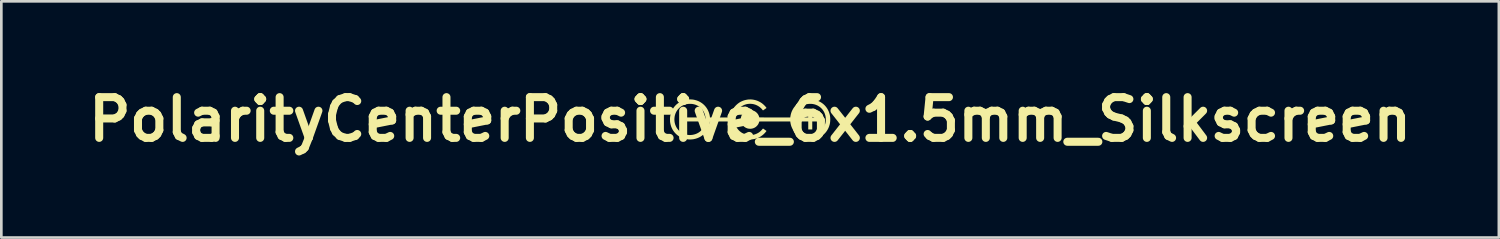
<source format=kicad_pcb>
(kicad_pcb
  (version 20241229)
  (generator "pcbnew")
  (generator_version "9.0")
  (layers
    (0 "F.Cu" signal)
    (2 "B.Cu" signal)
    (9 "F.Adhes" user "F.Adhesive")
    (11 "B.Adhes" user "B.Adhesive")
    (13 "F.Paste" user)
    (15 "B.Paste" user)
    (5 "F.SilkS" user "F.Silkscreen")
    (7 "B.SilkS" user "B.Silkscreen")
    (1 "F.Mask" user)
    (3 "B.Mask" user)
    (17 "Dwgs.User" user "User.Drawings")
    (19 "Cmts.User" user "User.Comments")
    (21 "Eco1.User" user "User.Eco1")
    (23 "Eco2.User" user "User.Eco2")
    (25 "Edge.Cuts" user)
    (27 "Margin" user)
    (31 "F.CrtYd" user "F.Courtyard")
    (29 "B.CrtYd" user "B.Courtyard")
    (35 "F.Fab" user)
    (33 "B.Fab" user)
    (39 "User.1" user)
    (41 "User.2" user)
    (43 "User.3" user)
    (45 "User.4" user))
  (footprint "PolarityCenterPositive_6x1.5mm_Silkscreen"
    (layer "F.Cu")
    (at 25.008 1.418)
    (property "Reference" "PolarityCenterPositive_6x1.5mm_Silkscreen" (at 0 0 0) (layer "F.SilkS") (effects (font (size 1.524 1.524) (thickness 0.3))))
    (attr board_only exclude_from_pos_files exclude_from_bom)
    (fp_poly (pts (xy -1.872 0.075) (xy -2.622 0.075) (xy -2.622 -0.075) (xy -1.872 -0.075)) (stroke (width 0) (type solid)) (fill yes) (layer "F.SilkS"))
    (fp_poly (pts (xy 2.325 -0.075) (xy 2.625 -0.075) (xy 2.625 0.075) (xy 2.325 0.075) (xy 2.325 0.375) (xy 2.175 0.375) (xy 2.175 0.075) (xy 1.875 0.075) (xy 1.875 -0.075) (xy 2.024 -0.076) (xy 2.174 -0.077) (xy 2.175 -0.226) (xy 2.175 -0.375) (xy 2.325 -0.375)) (stroke (width 0) (type solid)) (fill yes) (layer "F.SilkS"))
    (fp_poly (pts (xy 2.266 -0.748) (xy 2.294 -0.748) (xy 2.32 -0.747) (xy 2.343 -0.745) (xy 2.361 -0.743) (xy 2.363 -0.743) (xy 2.431 -0.729) (xy 2.497 -0.71) (xy 2.559 -0.686) (xy 2.619 -0.657) (xy 2.675 -0.623) (xy 2.727 -0.585) (xy 2.776 -0.542) (xy 2.82 -0.495) (xy 2.86 -0.444) (xy 2.896 -0.389) (xy 2.926 -0.331) (xy 2.952 -0.27) (xy 2.972 -0.205) (xy 2.98 -0.174) (xy 2.987 -0.141) (xy 2.992 -0.11) (xy 2.995 -0.08) (xy 2.997 -0.048) (xy 2.998 -0.012) (xy 2.998 0.002) (xy 2.997 0.046) (xy 2.994 0.087) (xy 2.989 0.126) (xy 2.982 0.165) (xy 2.974 0.198) (xy 2.954 0.263) (xy 2.929 0.325) (xy 2.898 0.384) (xy 2.863 0.439) (xy 2.823 0.491) (xy 2.778 0.539) (xy 2.729 0.582) (xy 2.676 0.622) (xy 2.62 0.656) (xy 2.559 0.686) (xy 2.502 0.708) (xy 2.475 0.717) (xy 2.444 0.725) (xy 2.411 0.733) (xy 2.379 0.739) (xy 2.365 0.741) (xy 2.348 0.743) (xy 2.328 0.745) (xy 2.305 0.746) (xy 2.28 0.748) (xy 2.257 0.749) (xy 2.235 0.749) (xy 2.216 0.749) (xy 2.201 0.748) (xy 2.199 0.748) (xy 2.162 0.744) (xy 2.131 0.74) (xy 2.103 0.736) (xy 2.077 0.73) (xy 2.052 0.724) (xy 2.026 0.717) (xy 2.017 0.714) (xy 1.954 0.692) (xy 1.893 0.664) (xy 1.836 0.631) (xy 1.783 0.593) (xy 1.733 0.55) (xy 1.687 0.503) (xy 1.646 0.453) (xy 1.609 0.398) (xy 1.578 0.34) (xy 1.551 0.279) (xy 1.541 0.252) (xy 1.524 0.196) (xy 1.512 0.141) (xy 1.506 0.104) (xy 1.502 0.075) (xy 0.923 0.075) (xy 0.85 0.075) (xy 0.783 0.075) (xy 0.721 0.075) (xy 0.665 0.075) (xy 0.615 0.075) (xy 0.57 0.075) (xy 0.529 0.075) (xy 0.493 0.076) (xy 0.462 0.076) (xy 0.435 0.076) (xy 0.412 0.076) (xy 0.392 0.076) (xy 0.377 0.077) (xy 0.364 0.077) (xy 0.355 0.078) (xy 0.348 0.078) (xy 0.344 0.078) (xy 0.343 0.079) (xy 0.342 0.079) (xy 0.331 0.116) (xy 0.318 0.149) (xy 0.303 0.179) (xy 0.285 0.206) (xy 0.278 0.215) (xy 0.249 0.248) (xy 0.216 0.277) (xy 0.181 0.301) (xy 0.143 0.32) (xy 0.103 0.335) (xy 0.061 0.344) (xy 0.019 0.349) (xy -0.023 0.348) (xy -0.065 0.343) (xy -0.107 0.333) (xy -0.147 0.317) (xy -0.185 0.297) (xy -0.221 0.272) (xy -0.254 0.242) (xy -0.266 0.23) (xy -0.292 0.195) (xy -0.314 0.156) (xy -0.33 0.116) (xy -0.342 0.073) (xy -0.348 0.029) (xy -0.348 -0.002) (xy 1.666 -0.002) (xy 1.669 0.061) (xy 1.677 0.122) (xy 1.691 0.179) (xy 1.711 0.234) (xy 1.737 0.287) (xy 1.768 0.336) (xy 1.804 0.383) (xy 1.833 0.414) (xy 1.877 0.454) (xy 1.925 0.489) (xy 1.976 0.519) (xy 2.03 0.543) (xy 2.086 0.561) (xy 2.144 0.574) (xy 2.201 0.581) (xy 2.215 0.582) (xy 2.228 0.583) (xy 2.237 0.584) (xy 2.241 0.584) (xy 2.246 0.584) (xy 2.255 0.583) (xy 2.269 0.583) (xy 2.284 0.582) (xy 2.291 0.581) (xy 2.352 0.574) (xy 2.411 0.561) (xy 2.468 0.543) (xy 2.521 0.519) (xy 2.571 0.491) (xy 2.617 0.458) (xy 2.66 0.42) (xy 2.698 0.378) (xy 2.733 0.332) (xy 2.763 0.283) (xy 2.788 0.229) (xy 2.808 0.172) (xy 2.821 0.121) (xy 2.825 0.095) (xy 2.829 0.065) (xy 2.831 0.032) (xy 2.831 -0.002) (xy 2.831 -0.035) (xy 2.829 -0.065) (xy 2.827 -0.084) (xy 2.815 -0.146) (xy 2.798 -0.204) (xy 2.776 -0.259) (xy 2.748 -0.311) (xy 2.715 -0.36) (xy 2.677 -0.405) (xy 2.664 -0.417) (xy 2.621 -0.457) (xy 2.573 -0.491) (xy 2.522 -0.521) (xy 2.469 -0.544) (xy 2.413 -0.563) (xy 2.354 -0.576) (xy 2.294 -0.583) (xy 2.248 -0.584) (xy 2.187 -0.581) (xy 2.128 -0.573) (xy 2.071 -0.559) (xy 2.016 -0.539) (xy 1.964 -0.515) (xy 1.916 -0.485) (xy 1.87 -0.451) (xy 1.829 -0.413) (xy 1.791 -0.37) (xy 1.758 -0.323) (xy 1.729 -0.273) (xy 1.705 -0.219) (xy 1.697 -0.198) (xy 1.684 -0.155) (xy 1.675 -0.112) (xy 1.669 -0.069) (xy 1.666 -0.023) (xy 1.666 -0.002) (xy -0.348 -0.002) (xy -0.349 -0.015) (xy -0.344 -0.059) (xy -0.335 -0.102) (xy -0.32 -0.144) (xy -0.3 -0.184) (xy -0.293 -0.195) (xy -0.265 -0.231) (xy -0.234 -0.264) (xy -0.198 -0.291) (xy -0.16 -0.313) (xy -0.118 -0.331) (xy -0.074 -0.343) (xy -0.028 -0.349) (xy -0.00023 -0.35) (xy 0.048 -0.347) (xy 0.094 -0.339) (xy 0.137 -0.324) (xy 0.177 -0.305) (xy 0.215 -0.279) (xy 0.246 -0.252) (xy 0.273 -0.223) (xy 0.296 -0.192) (xy 0.315 -0.157) (xy 0.331 -0.119) (xy 0.343 -0.079) (xy 0.344 -0.078) (xy 0.347 -0.078) (xy 0.354 -0.078) (xy 0.363 -0.077) (xy 0.375 -0.077) (xy 0.39 -0.077) (xy 0.409 -0.076) (xy 0.432 -0.076) (xy 0.458 -0.076) (xy 0.489 -0.076) (xy 0.525 -0.075) (xy 0.564 -0.075) (xy 0.609 -0.075) (xy 0.659 -0.075) (xy 0.714 -0.075) (xy 0.775 -0.075) (xy 0.841 -0.075) (xy 0.914 -0.075) (xy 0.923 -0.075) (xy 1.502 -0.075) (xy 1.508 -0.115) (xy 1.52 -0.18) (xy 1.538 -0.244) (xy 1.561 -0.306) (xy 1.59 -0.365) (xy 1.623 -0.422) (xy 1.661 -0.474) (xy 1.704 -0.523) (xy 1.75 -0.567) (xy 1.758 -0.574) (xy 1.812 -0.615) (xy 1.868 -0.651) (xy 1.927 -0.681) (xy 1.989 -0.706) (xy 2.055 -0.726) (xy 2.124 -0.741) (xy 2.146 -0.744) (xy 2.163 -0.746) (xy 2.185 -0.748) (xy 2.21 -0.748) (xy 2.238 -0.749)) (stroke (width 0) (type solid)) (fill yes) (layer "F.SilkS"))
    (fp_poly (pts (xy 0.078 -0.745) (xy 0.143 -0.735) (xy 0.207 -0.72) (xy 0.27 -0.699) (xy 0.33 -0.672) (xy 0.388 -0.641) (xy 0.443 -0.605) (xy 0.446 -0.602) (xy 0.481 -0.574) (xy 0.516 -0.543) (xy 0.548 -0.511) (xy 0.578 -0.478) (xy 0.603 -0.447) (xy 0.605 -0.443) (xy 0.615 -0.429) (xy 0.55 -0.383) (xy 0.532 -0.371) (xy 0.516 -0.36) (xy 0.502 -0.35) (xy 0.491 -0.343) (xy 0.484 -0.339) (xy 0.481 -0.338) (xy 0.478 -0.341) (xy 0.473 -0.347) (xy 0.466 -0.356) (xy 0.431 -0.398) (xy 0.39 -0.437) (xy 0.346 -0.473) (xy 0.298 -0.504) (xy 0.247 -0.531) (xy 0.194 -0.553) (xy 0.139 -0.569) (xy 0.106 -0.576) (xy 0.072 -0.581) (xy 0.035 -0.584) (xy -0.003 -0.585) (xy -0.041 -0.584) (xy -0.076 -0.581) (xy -0.088 -0.58) (xy -0.146 -0.568) (xy -0.202 -0.55) (xy -0.256 -0.527) (xy -0.307 -0.499) (xy -0.354 -0.467) (xy -0.398 -0.43) (xy -0.438 -0.388) (xy -0.474 -0.343) (xy -0.506 -0.295) (xy -0.532 -0.243) (xy -0.554 -0.189) (xy -0.571 -0.131) (xy -0.582 -0.075) (xy -0.584 -0.055) (xy -0.585 -0.03) (xy -0.585 -0.003) (xy -0.585 0.025) (xy -0.583 0.051) (xy -0.581 0.074) (xy -0.58 0.084) (xy -0.568 0.144) (xy -0.55 0.201) (xy -0.527 0.256) (xy -0.499 0.308) (xy -0.465 0.356) (xy -0.428 0.401) (xy -0.386 0.442) (xy -0.339 0.478) (xy -0.299 0.504) (xy -0.245 0.533) (xy -0.189 0.555) (xy -0.131 0.572) (xy -0.073 0.582) (xy -0.014 0.587) (xy 0.045 0.585) (xy 0.104 0.577) (xy 0.163 0.563) (xy 0.186 0.556) (xy 0.242 0.534) (xy 0.296 0.507) (xy 0.345 0.475) (xy 0.392 0.437) (xy 0.434 0.394) (xy 0.457 0.368) (xy 0.469 0.354) (xy 0.478 0.344) (xy 0.483 0.34) (xy 0.485 0.34) (xy 0.489 0.343) (xy 0.497 0.348) (xy 0.508 0.356) (xy 0.523 0.366) (xy 0.539 0.378) (xy 0.551 0.386) (xy 0.568 0.398) (xy 0.583 0.409) (xy 0.596 0.418) (xy 0.606 0.425) (xy 0.611 0.429) (xy 0.613 0.431) (xy 0.611 0.434) (xy 0.606 0.441) (xy 0.599 0.45) (xy 0.595 0.456) (xy 0.554 0.505) (xy 0.508 0.551) (xy 0.458 0.593) (xy 0.405 0.631) (xy 0.348 0.664) (xy 0.29 0.692) (xy 0.237 0.711) (xy 0.169 0.73) (xy 0.102 0.742) (xy 0.034 0.748) (xy -0.033 0.749) (xy -0.1 0.742) (xy -0.166 0.73) (xy -0.231 0.712) (xy -0.296 0.687) (xy -0.335 0.669) (xy -0.394 0.636) (xy -0.449 0.598) (xy -0.501 0.556) (xy -0.548 0.509) (xy -0.591 0.459) (xy -0.629 0.405) (xy -0.662 0.348) (xy -0.69 0.288) (xy -0.713 0.226) (xy -0.73 0.161) (xy -0.74 0.112) (xy -0.745 0.075) (xy -1.122 0.075) (xy -1.179 0.075) (xy -1.229 0.075) (xy -1.274 0.075) (xy -1.314 0.075) (xy -1.349 0.075) (xy -1.379 0.075) (xy -1.405 0.075) (xy -1.427 0.076) (xy -1.445 0.076) (xy -1.46 0.076) (xy -1.472 0.076) (xy -1.482 0.077) (xy -1.489 0.077) (xy -1.494 0.078) (xy -1.498 0.078) (xy -1.5 0.079) (xy -1.501 0.08) (xy -1.501 0.08) (xy -1.502 0.086) (xy -1.504 0.096) (xy -1.505 0.105) (xy -1.511 0.147) (xy -1.522 0.193) (xy -1.535 0.239) (xy -1.552 0.285) (xy -1.57 0.329) (xy -1.584 0.356) (xy -1.618 0.415) (xy -1.657 0.469) (xy -1.7 0.52) (xy -1.748 0.565) (xy -1.799 0.606) (xy -1.854 0.643) (xy -1.912 0.674) (xy -1.974 0.7) (xy -2.038 0.721) (xy -2.105 0.736) (xy -2.133 0.741) (xy -2.149 0.743) (xy -2.17 0.745) (xy -2.193 0.746) (xy -2.217 0.748) (xy -2.241 0.749) (xy -2.263 0.749) (xy -2.282 0.749) (xy -2.296 0.748) (xy -2.299 0.748) (xy -2.335 0.744) (xy -2.367 0.74) (xy -2.395 0.736) (xy -2.421 0.73) (xy -2.446 0.724) (xy -2.472 0.717) (xy -2.496 0.709) (xy -2.558 0.685) (xy -2.617 0.656) (xy -2.674 0.622) (xy -2.727 0.582) (xy -2.776 0.538) (xy -2.821 0.49) (xy -2.862 0.437) (xy -2.899 0.381) (xy -2.903 0.373) (xy -2.929 0.322) (xy -2.951 0.268) (xy -2.969 0.21) (xy -2.983 0.15) (xy -2.989 0.116) (xy -2.993 0.09) (xy -2.995 0.059) (xy -2.996 0.026) (xy -2.996 0.001) (xy -2.832 0.001) (xy -2.829 0.062) (xy -2.82 0.122) (xy -2.805 0.18) (xy -2.784 0.236) (xy -2.758 0.29) (xy -2.727 0.34) (xy -2.689 0.388) (xy -2.686 0.392) (xy -2.648 0.431) (xy -2.604 0.467) (xy -2.557 0.498) (xy -2.507 0.525) (xy -2.454 0.547) (xy -2.399 0.564) (xy -2.342 0.576) (xy -2.296 0.581) (xy -2.281 0.582) (xy -2.269 0.583) (xy -2.26 0.584) (xy -2.257 0.584) (xy -2.252 0.584) (xy -2.242 0.583) (xy -2.229 0.583) (xy -2.213 0.582) (xy -2.208 0.581) (xy -2.146 0.574) (xy -2.088 0.561) (xy -2.031 0.543) (xy -1.978 0.52) (xy -1.928 0.492) (xy -1.882 0.459) (xy -1.839 0.422) (xy -1.801 0.381) (xy -1.766 0.336) (xy -1.736 0.286) (xy -1.711 0.234) (xy -1.691 0.178) (xy -1.676 0.119) (xy -1.67 0.086) (xy -1.668 0.061) (xy -1.666 0.032) (xy -1.665 0.001) (xy -1.666 -0.031) (xy -1.667 -0.06) (xy -1.67 -0.086) (xy -1.671 -0.089) (xy -1.683 -0.15) (xy -1.7 -0.207) (xy -1.723 -0.262) (xy -1.751 -0.314) (xy -1.784 -0.362) (xy -1.821 -0.406) (xy -1.864 -0.447) (xy -1.891 -0.468) (xy -1.94 -0.501) (xy -1.992 -0.529) (xy -2.046 -0.551) (xy -2.103 -0.568) (xy -2.162 -0.579) (xy -2.223 -0.584) (xy -2.247 -0.584) (xy -2.309 -0.581) (xy -2.369 -0.573) (xy -2.427 -0.559) (xy -2.482 -0.539) (xy -2.535 -0.514) (xy -2.585 -0.483) (xy -2.631 -0.447) (xy -2.662 -0.418) (xy -2.703 -0.374) (xy -2.738 -0.326) (xy -2.767 -0.276) (xy -2.791 -0.222) (xy -2.81 -0.166) (xy -2.823 -0.107) (xy -2.83 -0.046) (xy -2.832 0.001) (xy -2.996 0.001) (xy -2.997 -0.008) (xy -2.996 -0.04) (xy -2.994 -0.07) (xy -2.993 -0.088) (xy -2.982 -0.157) (xy -2.965 -0.223) (xy -2.944 -0.287) (xy -2.917 -0.347) (xy -2.885 -0.404) (xy -2.848 -0.458) (xy -2.807 -0.508) (xy -2.762 -0.554) (xy -2.712 -0.595) (xy -2.659 -0.633) (xy -2.602 -0.665) (xy -2.541 -0.693) (xy -2.478 -0.716) (xy -2.411 -0.734) (xy -2.363 -0.743) (xy -2.342 -0.745) (xy -2.317 -0.747) (xy -2.288 -0.748) (xy -2.257 -0.749) (xy -2.226 -0.749) (xy -2.197 -0.748) (xy -2.169 -0.746) (xy -2.145 -0.744) (xy -2.135 -0.743) (xy -2.065 -0.729) (xy -1.999 -0.71) (xy -1.935 -0.686) (xy -1.875 -0.656) (xy -1.819 -0.621) (xy -1.766 -0.582) (xy -1.716 -0.537) (xy -1.671 -0.488) (xy -1.63 -0.434) (xy -1.621 -0.42) (xy -1.593 -0.375) (xy -1.569 -0.326) (xy -1.547 -0.273) (xy -1.529 -0.219) (xy -1.515 -0.165) (xy -1.506 -0.116) (xy -1.505 -0.103) (xy -1.503 -0.091) (xy -1.502 -0.083) (xy -1.502 -0.082) (xy -1.5 -0.075) (xy -0.745 -0.075) (xy -0.742 -0.095) (xy -0.739 -0.119) (xy -0.734 -0.147) (xy -0.727 -0.177) (xy -0.719 -0.206) (xy -0.711 -0.233) (xy -0.711 -0.233) (xy -0.687 -0.296) (xy -0.658 -0.356) (xy -0.624 -0.413) (xy -0.584 -0.467) (xy -0.539 -0.518) (xy -0.514 -0.543) (xy -0.464 -0.587) (xy -0.41 -0.627) (xy -0.353 -0.661) (xy -0.292 -0.689) (xy -0.229 -0.713) (xy -0.164 -0.73) (xy -0.096 -0.742) (xy -0.052 -0.747) (xy 0.013 -0.749)) (stroke (width 0) (type solid)) (fill yes) (layer "F.SilkS")))
  (gr_rect
    (start -3 -3)
    (end 53.016 5.836)
    (stroke (width 0.1) (type default))
    (fill no)
    (layer "Edge.Cuts")))
</source>
